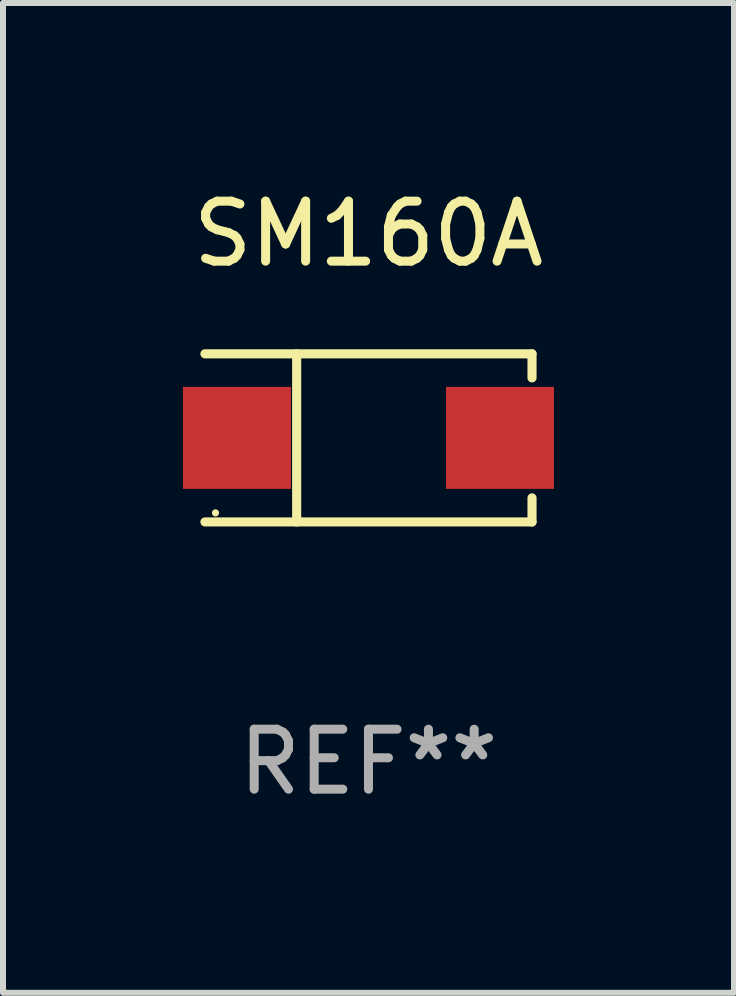
<source format=kicad_pcb>
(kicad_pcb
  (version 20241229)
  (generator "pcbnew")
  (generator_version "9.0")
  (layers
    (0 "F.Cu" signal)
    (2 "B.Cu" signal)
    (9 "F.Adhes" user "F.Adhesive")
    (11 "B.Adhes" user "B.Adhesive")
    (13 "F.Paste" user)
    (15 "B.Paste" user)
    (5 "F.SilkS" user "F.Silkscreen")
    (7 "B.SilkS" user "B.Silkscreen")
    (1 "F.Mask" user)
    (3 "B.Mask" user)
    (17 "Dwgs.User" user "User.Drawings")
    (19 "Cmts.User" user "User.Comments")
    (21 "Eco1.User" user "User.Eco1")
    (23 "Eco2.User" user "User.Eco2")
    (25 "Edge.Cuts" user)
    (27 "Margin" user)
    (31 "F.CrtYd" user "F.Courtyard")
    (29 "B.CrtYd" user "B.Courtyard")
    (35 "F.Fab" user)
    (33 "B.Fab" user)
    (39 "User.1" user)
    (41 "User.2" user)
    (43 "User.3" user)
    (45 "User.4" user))
  (footprint "SM160A"
    (layer "F.Cu")
    (at 3.092 4.249)
    (property "Reference" "SM160A" (at 0 -3.401 0) (layer "F.SilkS") (effects (font (size 1 1) (thickness 0.15))))
    (attr through_hole)
    (fp_line (start -2.726 -1.401) (end 2.726 -1.401) (stroke (width 0.152) (type solid)) (layer "F.SilkS"))
    (fp_line (start -2.726 1.401) (end 2.726 1.401) (stroke (width 0.152) (type solid)) (layer "F.SilkS"))
    (fp_line (start -1.197 -1.401) (end -1.197 1.401) (stroke (width 0.152) (type solid)) (layer "F.SilkS"))
    (fp_line (start 2.726 -1.401) (end 2.726 -1) (stroke (width 0.152) (type solid)) (layer "F.SilkS"))
    (fp_line (start 2.726 1.401) (end 2.726 1) (stroke (width 0.152) (type solid)) (layer "F.SilkS"))
    (fp_circle (center -2.55 1.25) (end -2.52 1.25) (stroke (width 0.06) (type solid)) (fill no) (layer "F.SilkS"))
    (fp_text user "REF**" (at 0 5.401 0) (layer "F.Fab") (effects (font (size 1 1) (thickness 0.15))))
    (pad "1" smd rect (at -2.192 0) (size 1.8 1.7) (layers "F.Cu" "F.Mask" "F.Paste"))
    (pad "2" smd rect (at 2.192 0) (size 1.8 1.7) (layers "F.Cu" "F.Mask" "F.Paste")))
  (gr_rect
    (start -3 -3)
    (end 9.185 13.499)
    (stroke (width 0.1) (type default))
    (fill no)
    (layer "Edge.Cuts")))
</source>
